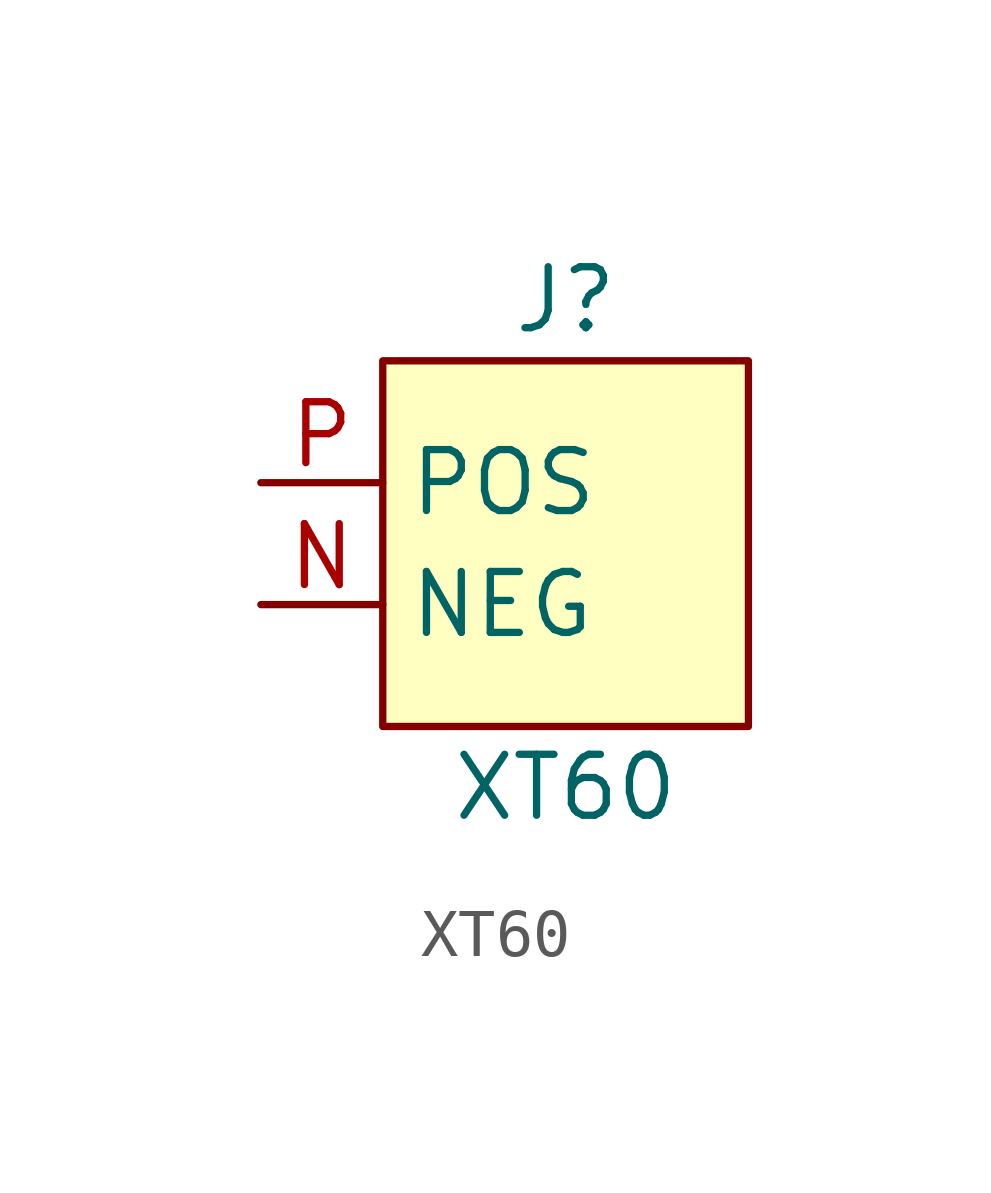
<source format=kicad_sym>
(kicad_symbol_lib
  (version 20241209)
  (generator "kicad_symbol_editor")
  (generator_version "9.0")
  (symbol "XT60"
    (property "Reference" "J"
      (at 0 5.08 0)
      (effects (font (size 1.27 1.27))))
    (property "Value" "XT60"
      (at 0 -5.08 0)
      (effects (font (size 1.27 1.27))))
    (symbol "XT60_0_1"
      (rectangle (start -3.81 3.81) (end 3.81 -3.81) (stroke (width 0) (type default)) (fill (type background))))
    (symbol "XT60_1_1"
      (pin passive line (at -6.35 1.27 0) (length 2.54) (name "POS" (effects (font (size 1.27 1.27)))) (number "P" (effects (font (size 1.27 1.27)))))
      (pin passive line (at -6.35 -1.27 0) (length 2.54) (name "NEG" (effects (font (size 1.27 1.27)))) (number "N" (effects (font (size 1.27 1.27))))))))
</source>
